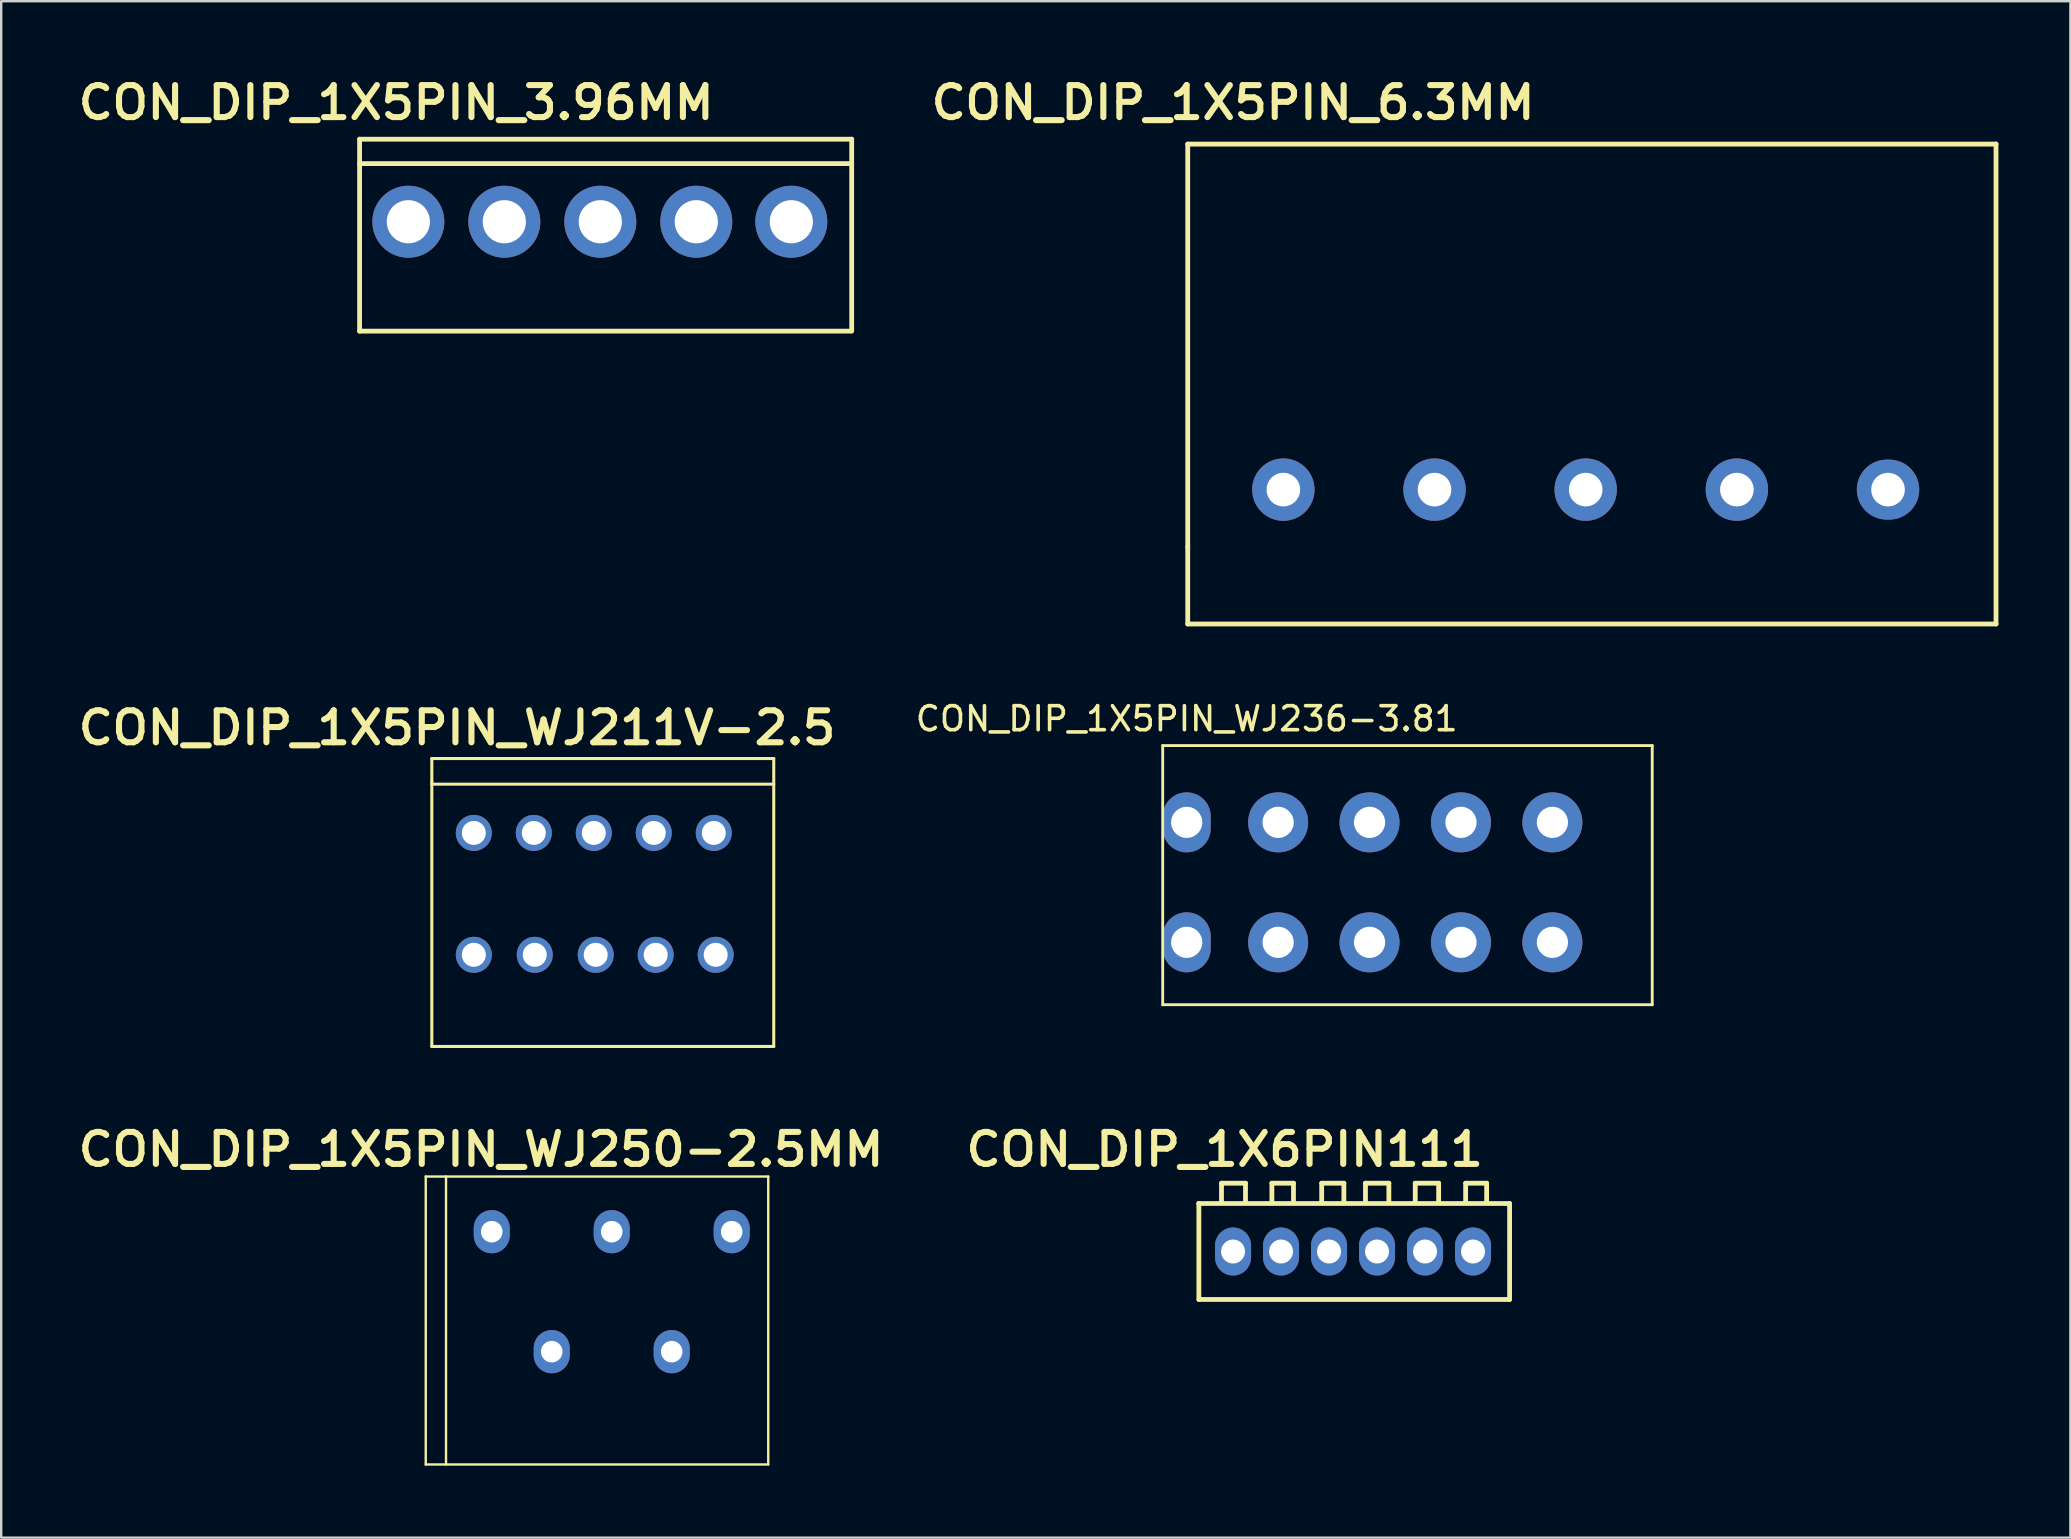
<source format=kicad_pcb>
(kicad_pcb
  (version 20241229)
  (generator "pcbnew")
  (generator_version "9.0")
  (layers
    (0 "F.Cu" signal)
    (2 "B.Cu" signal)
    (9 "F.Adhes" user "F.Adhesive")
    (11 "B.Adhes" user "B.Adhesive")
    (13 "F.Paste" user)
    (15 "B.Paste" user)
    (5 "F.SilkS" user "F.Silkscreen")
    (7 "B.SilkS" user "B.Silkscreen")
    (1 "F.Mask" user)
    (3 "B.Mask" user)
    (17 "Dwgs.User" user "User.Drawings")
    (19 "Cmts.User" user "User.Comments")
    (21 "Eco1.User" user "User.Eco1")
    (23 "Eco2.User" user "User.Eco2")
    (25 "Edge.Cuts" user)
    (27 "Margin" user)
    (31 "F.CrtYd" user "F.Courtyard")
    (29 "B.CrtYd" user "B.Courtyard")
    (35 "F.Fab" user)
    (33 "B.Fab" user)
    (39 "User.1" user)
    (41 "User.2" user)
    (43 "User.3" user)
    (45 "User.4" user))
  (footprint "CON_DIP_1X5PIN_WJ250-2.5MM"
    (layer "F.Cu")
    (at 17.443 48.281)
    (property "Reference" "CON_DIP_1X5PIN_WJ250-2.5MM" (at -0.445 -3.429 0) (unlocked yes) (layer "F.SilkS") (effects (font (size 1.333 1.402) (thickness 0.254))))
    (attr smd)
    (fp_line (start -2.75 -2.3) (end 11.524 -2.3) (stroke (width 0.1) (type solid)) (layer "F.SilkS"))
    (fp_line (start -2.75 9.7) (end -2.75 -2.3) (stroke (width 0.1) (type solid)) (layer "F.SilkS"))
    (fp_line (start -2.75 9.7) (end 11.524 9.7) (stroke (width 0.1) (type solid)) (layer "F.SilkS"))
    (fp_line (start -1.905 9.7) (end -1.905 -2.3) (stroke (width 0.1) (type solid)) (layer "F.SilkS"))
    (fp_line (start 11.524 9.7) (end 11.524 -2.3) (stroke (width 0.1) (type solid)) (layer "F.SilkS"))
    (pad "1" thru_hole oval (at 0 0 90) (size 1.8 1.5) (drill 0.9) (layers "*.Cu" "*.Mask"))
    (pad "2" thru_hole oval (at 2.5 5 90) (size 1.8 1.5) (drill 0.9) (layers "*.Cu" "*.Mask"))
    (pad "3" thru_hole oval (at 5 0 90) (size 1.8 1.5) (drill 0.9) (layers "*.Cu" "*.Mask"))
    (pad "4" thru_hole oval (at 7.5 5 90) (size 1.8 1.5) (drill 0.9) (layers "*.Cu" "*.Mask"))
    (pad "5" thru_hole oval (at 10 0 90) (size 1.8 1.5) (drill 0.9) (layers "*.Cu" "*.Mask")))
  (footprint "CON_DIP_1X5PIN_WJ236-3.81"
    (layer "F.Cu")
    (at 55.042 34.016)
    (property "Reference" "CON_DIP_1X5PIN_WJ236-3.81" (at -8.636 -7.112 0) (layer "F.SilkS") (effects (font (size 1 1) (thickness 0.15))))
    (attr through_hole)
    (fp_line (start -9.636 -5.994) (end -9.636 4.806) (stroke (width 0.12) (type solid)) (layer "F.SilkS"))
    (fp_line (start -9.636 4.806) (end 10.764 4.806) (stroke (width 0.12) (type solid)) (layer "F.SilkS"))
    (fp_line (start 10.764 -5.994) (end -9.636 -5.994) (stroke (width 0.12) (type solid)) (layer "F.SilkS"))
    (fp_line (start 10.764 4.806) (end 10.764 -5.994) (stroke (width 0.12) (type solid)) (layer "F.SilkS"))
    (pad "1" thru_hole oval (at -8.636 -2.794) (size 2 2.5) (drill 1.3) (layers "*.Cu" "*.Mask"))
    (pad "1" thru_hole oval (at -8.636 2.206) (size 2 2.5) (drill 1.3) (layers "*.Cu" "*.Mask"))
    (pad "2" thru_hole circle (at -4.826 -2.794) (size 2.5 2.5) (drill 1.3) (layers "*.Cu" "*.Mask"))
    (pad "2" thru_hole circle (at -4.826 2.206) (size 2.5 2.5) (drill 1.3) (layers "*.Cu" "*.Mask"))
    (pad "3" thru_hole circle (at -1.016 -2.794) (size 2.5 2.5) (drill 1.3) (layers "*.Cu" "*.Mask"))
    (pad "3" thru_hole circle (at -1.016 2.206) (size 2.5 2.5) (drill 1.3) (layers "*.Cu" "*.Mask"))
    (pad "4" thru_hole circle (at 2.794 -2.794) (size 2.5 2.5) (drill 1.3) (layers "*.Cu" "*.Mask"))
    (pad "4" thru_hole circle (at 2.794 2.206) (size 2.5 2.5) (drill 1.3) (layers "*.Cu" "*.Mask"))
    (pad "5" thru_hole circle (at 6.604 -2.794) (size 2.5 2.5) (drill 1.3) (layers "*.Cu" "*.Mask"))
    (pad "5" thru_hole circle (at 6.604 2.206) (size 2.5 2.5) (drill 1.3) (layers "*.Cu" "*.Mask")))
  (footprint "CON_DIP_1X6PIN111"
    (layer "F.Cu")
    (at 53.322 49.043)
    (property "Reference" "CON_DIP_1X6PIN111" (at -5.334 -4.191 0) (unlocked yes) (layer "F.SilkS") (effects (font (size 1.333 1.402) (thickness 0.254))))
    (attr smd)
    (fp_line (start -6.409 -1.937) (end -6.409 -1.937) (stroke (width 0.2) (type solid)) (layer "F.SilkS"))
    (fp_line (start -6.409 -1.937) (end 6.541 -1.937) (stroke (width 0.2) (type solid)) (layer "F.SilkS"))
    (fp_line (start -6.409 2.063) (end -6.409 -1.937) (stroke (width 0.2) (type solid)) (layer "F.SilkS"))
    (fp_line (start -6.409 2.063) (end 6.541 2.063) (stroke (width 0.2) (type solid)) (layer "F.SilkS"))
    (fp_line (start -5.466 -2.782) (end -4.466 -2.782) (stroke (width 0.2) (type solid)) (layer "F.SilkS"))
    (fp_line (start -5.466 -2.007) (end -5.466 -2.782) (stroke (width 0.2) (type solid)) (layer "F.SilkS"))
    (fp_line (start -4.466 -2.007) (end -4.466 -2.782) (stroke (width 0.2) (type solid)) (layer "F.SilkS"))
    (fp_line (start -3.366 -2.782) (end -2.466 -2.782) (stroke (width 0.2) (type solid)) (layer "F.SilkS"))
    (fp_line (start -3.366 -2.007) (end -3.366 -2.782) (stroke (width 0.2) (type solid)) (layer "F.SilkS"))
    (fp_line (start -2.466 -2.007) (end -2.466 -2.782) (stroke (width 0.2) (type solid)) (layer "F.SilkS"))
    (fp_line (start -1.291 -2.782) (end -0.366 -2.782) (stroke (width 0.2) (type solid)) (layer "F.SilkS"))
    (fp_line (start -1.291 -2.007) (end -1.291 -2.782) (stroke (width 0.2) (type solid)) (layer "F.SilkS"))
    (fp_line (start -0.366 -2.007) (end -0.366 -2.782) (stroke (width 0.2) (type solid)) (layer "F.SilkS"))
    (fp_line (start 0.534 -2.782) (end 1.509 -2.782) (stroke (width 0.2) (type solid)) (layer "F.SilkS"))
    (fp_line (start 0.534 -2.007) (end 0.534 -2.782) (stroke (width 0.2) (type solid)) (layer "F.SilkS"))
    (fp_line (start 1.509 -2.007) (end 1.509 -2.782) (stroke (width 0.2) (type solid)) (layer "F.SilkS"))
    (fp_line (start 2.609 -2.782) (end 3.584 -2.782) (stroke (width 0.2) (type solid)) (layer "F.SilkS"))
    (fp_line (start 2.609 -2.007) (end 2.609 -2.782) (stroke (width 0.2) (type solid)) (layer "F.SilkS"))
    (fp_line (start 3.584 -2.007) (end 3.584 -2.782) (stroke (width 0.2) (type solid)) (layer "F.SilkS"))
    (fp_line (start 4.709 -2.782) (end 5.584 -2.782) (stroke (width 0.2) (type solid)) (layer "F.SilkS"))
    (fp_line (start 4.709 -2.007) (end 4.709 -2.782) (stroke (width 0.2) (type solid)) (layer "F.SilkS"))
    (fp_line (start 5.584 -2.007) (end 5.584 -2.782) (stroke (width 0.2) (type solid)) (layer "F.SilkS"))
    (fp_line (start 6.541 2.063) (end 6.541 -1.937) (stroke (width 0.2) (type solid)) (layer "F.SilkS"))
    (pad "1" thru_hole oval (at -4.984 0.064) (size 1.5 2) (drill 1) (layers "*.Cu" "*.Mask"))
    (pad "2" thru_hole oval (at -2.984 0.064) (size 1.5 2) (drill 1) (layers "*.Cu" "*.Mask"))
    (pad "3" thru_hole oval (at -0.984 0.064) (size 1.5 2) (drill 1) (layers "*.Cu" "*.Mask"))
    (pad "4" thru_hole oval (at 1.016 0.064) (size 1.5 2) (drill 1) (layers "*.Cu" "*.Mask"))
    (pad "5" thru_hole oval (at 3.017 0.064) (size 1.5 2) (drill 1) (layers "*.Cu" "*.Mask"))
    (pad "6" thru_hole oval (at 5.016 0.064) (size 1.5 2) (drill 1) (layers "*.Cu" "*.Mask")))
  (footprint "CON_DIP_1X5PIN_3.96MM"
    (layer "F.Cu")
    (at 21.969 6.242)
    (property "Reference" "CON_DIP_1X5PIN_3.96MM" (at -8.509 -5.016 0) (unlocked yes) (layer "F.SilkS") (effects (font (size 1.333 1.402) (thickness 0.254))))
    (attr smd)
    (fp_line (start -10.033 -3.491) (end 10.476 -3.491) (stroke (width 0.2) (type solid)) (layer "F.SilkS"))
    (fp_line (start -10.033 -2.475) (end 10.414 -2.475) (stroke (width 0.2) (type solid)) (layer "F.SilkS"))
    (fp_line (start -10.033 4.508) (end -10.033 -3.491) (stroke (width 0.2) (type solid)) (layer "F.SilkS"))
    (fp_line (start -10.033 4.508) (end 10.414 4.508) (stroke (width 0.2) (type solid)) (layer "F.SilkS"))
    (fp_line (start 10.476 4.508) (end 10.476 -3.491) (stroke (width 0.2) (type solid)) (layer "F.SilkS"))
    (pad "1" thru_hole circle (at -8.001 -0.051 90) (size 3 3) (drill 1.8) (layers "*.Cu" "*.Mask"))
    (pad "2" thru_hole circle (at -4.001 -0.051 90) (size 3 3) (drill 1.8) (layers "*.Cu" "*.Mask"))
    (pad "3" thru_hole circle (at -0.001 -0.051 90) (size 3 3) (drill 1.8) (layers "*.Cu" "*.Mask"))
    (pad "4" thru_hole circle (at 3.999 -0.051 90) (size 3 3) (drill 1.8) (layers "*.Cu" "*.Mask"))
    (pad "5" thru_hole circle (at 7.959 -0.051 90) (size 3 3) (drill 1.8) (layers "*.Cu" "*.Mask")))
  (footprint "CON_DIP_1X5PIN_6.3MM"
    (layer "F.Cu")
    (at 50.434 17.355)
    (property "Reference" "CON_DIP_1X5PIN_6.3MM" (at -2.095 -16.129 0) (unlocked yes) (layer "F.SilkS") (effects (font (size 1.333 1.402) (thickness 0.254))))
    (attr smd)
    (fp_line (start -3.985 -14.4) (end 29.7 -14.4) (stroke (width 0.202) (type solid)) (layer "F.SilkS"))
    (fp_line (start -3.985 2.4) (end -3.985 -14.4) (stroke (width 0.2) (type solid)) (layer "F.SilkS"))
    (fp_line (start -3.985 5.6) (end -3.985 2.4) (stroke (width 0.2) (type solid)) (layer "F.SilkS"))
    (fp_line (start -3.985 5.6) (end 29.7 5.6) (stroke (width 0.202) (type solid)) (layer "F.SilkS"))
    (fp_line (start 29.7 5.6) (end 29.7 -14.4) (stroke (width 0.2) (type solid)) (layer "F.SilkS"))
    (pad "1" thru_hole circle (at 0 0) (size 2.6 2.6) (drill 1.4) (layers "*.Cu" "*.Mask"))
    (pad "2" thru_hole circle (at 6.3 0) (size 2.6 2.6) (drill 1.4) (layers "*.Cu" "*.Mask"))
    (pad "3" thru_hole circle (at 12.6 0) (size 2.6 2.6) (drill 1.4) (layers "*.Cu" "*.Mask"))
    (pad "4" thru_hole circle (at 18.9 0) (size 2.6 2.6) (drill 1.4) (layers "*.Cu" "*.Mask"))
    (pad "5" thru_hole oval (at 25.2 0) (size 2.6 2.5) (drill 1.4) (layers "*.Cu" "*.Mask")))
  (footprint "CON_DIP_1X5PIN_WJ211V-2.5"
    (layer "F.Cu")
    (at 16.696 31.662)
    (property "Reference" "CON_DIP_1X5PIN_WJ211V-2.5" (at -0.699 -4.381 0) (unlocked yes) (layer "F.SilkS") (effects (font (size 1.333 1.402) (thickness 0.254))))
    (attr smd)
    (fp_line (start -1.75 -3.1) (end -1.521 -3.1) (stroke (width 0.127) (type solid)) (layer "F.SilkS"))
    (fp_line (start -1.75 -2.146) (end -1.75 -3.1) (stroke (width 0.127) (type solid)) (layer "F.SilkS"))
    (fp_line (start -1.75 -2.032) (end 12.5 -2.032) (stroke (width 0.127) (type solid)) (layer "F.SilkS"))
    (fp_line (start -1.75 8.9) (end -1.75 -2.146) (stroke (width 0.127) (type solid)) (layer "F.SilkS"))
    (fp_line (start -1.75 8.9) (end 12.5 8.9) (stroke (width 0.127) (type solid)) (layer "F.SilkS"))
    (fp_line (start -1.521 -3.1) (end 12.065 -3.1) (stroke (width 0.127) (type solid)) (layer "F.SilkS"))
    (fp_line (start 12.065 -3.1) (end 12.5 -3.1) (stroke (width 0.127) (type solid)) (layer "F.SilkS"))
    (fp_line (start 12.5 8.9) (end 12.5 -3.1) (stroke (width 0.127) (type solid)) (layer "F.SilkS"))
    (pad "1" thru_hole circle (at 0 5.08 90) (size 1.5 1.5) (drill 1) (layers "*.Cu" "*.Mask"))
    (pad "1_1" thru_hole circle (at 0 0 90) (size 1.5 1.5) (drill 1) (layers "*.Cu" "*.Mask"))
    (pad "2" thru_hole circle (at 2.54 5.08 90) (size 1.5 1.5) (drill 1) (layers "*.Cu" "*.Mask"))
    (pad "2_1" thru_hole circle (at 2.5 0 90) (size 1.5 1.5) (drill 1) (layers "*.Cu" "*.Mask"))
    (pad "3" thru_hole circle (at 5.08 5.08 90) (size 1.5 1.5) (drill 1) (layers "*.Cu" "*.Mask"))
    (pad "3_1" thru_hole circle (at 5 0 90) (size 1.5 1.5) (drill 1) (layers "*.Cu" "*.Mask"))
    (pad "4" thru_hole circle (at 7.5 0 90) (size 1.5 1.5) (drill 1) (layers "*.Cu" "*.Mask"))
    (pad "4_1" thru_hole circle (at 7.58 5.08 90) (size 1.5 1.5) (drill 1) (layers "*.Cu" "*.Mask"))
    (pad "5" thru_hole circle (at 10 0 90) (size 1.5 1.5) (drill 1) (layers "*.Cu" "*.Mask"))
    (pad "5_1" thru_hole circle (at 10.08 5.08 90) (size 1.5 1.5) (drill 1) (layers "*.Cu" "*.Mask")))
  (gr_rect
    (start -3 -3)
    (end 83.234 61.031)
    (stroke (width 0.1) (type default))
    (fill no)
    (layer "Edge.Cuts")))
</source>
